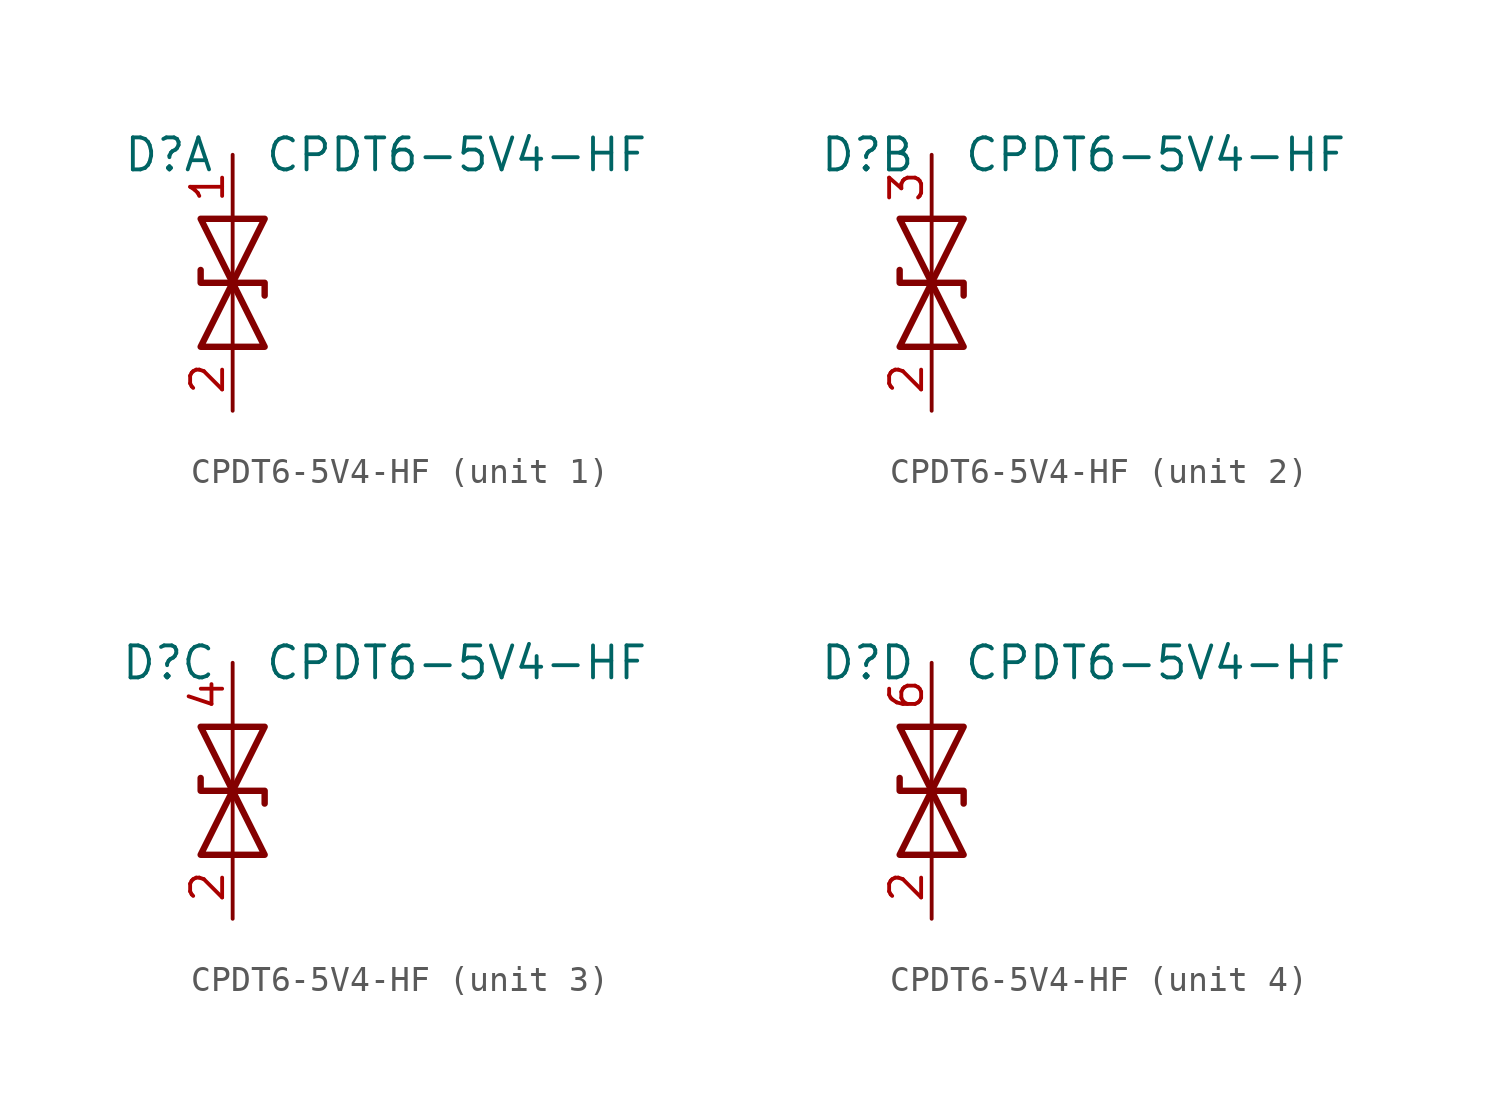
<source format=kicad_sym>
(kicad_symbol_lib
  (version 20220914)
  (generator kicad_symbol_editor)
  (symbol "CPDT6-5V4-HF"
    (pin_names hide)
    (property "Reference" "D"
      (at -2.54 5.08 0)
      (effects (font (size 1.27 1.27))))
    (property "Value" "CPDT6-5V4-HF"
      (at 8.89 5.08 0)
      (effects (font (size 1.27 1.27))))
    (symbol "CPDT6-5V4-HF_0_1"
      (polyline (pts (xy 0 -2.54) (xy 0 2.54)) (stroke (width 0) (type default)) (fill (type none)))
      (polyline (pts (xy 1.27 -0.508) (xy 1.27 0) (xy -1.27 0) (xy -1.27 0.508)) (stroke (width 0.254) (type default)) (fill (type none)))
      (polyline (pts (xy 1.27 2.54) (xy -1.27 2.54) (xy 1.27 -2.54) (xy -1.27 -2.54) (xy 1.27 2.54)) (stroke (width 0.254) (type default)) (fill (type none))))
    (symbol "CPDT6-5V4-HF_1_1"
      (pin passive line (at 0 5.08 270) (length 2.54) (name "A1" (effects (font (size 1.27 1.27)))) (number "1" (effects (font (size 1.27 1.27)))))
      (pin passive line (at 0 -5.08 90) (length 2.54) (name "A2" (effects (font (size 1.27 1.27)))) (number "2" (effects (font (size 1.27 1.27)))))
      (pin passive line (at 0 -5.08 90) (length 2.54) hide (name "A5" (effects (font (size 1.27 1.27)))) (number "5" (effects (font (size 1.27 1.27))))))
    (symbol "CPDT6-5V4-HF_2_1"
      (pin passive line (at 0 -5.08 90) (length 2.54) (name "B2" (effects (font (size 1.27 1.27)))) (number "2" (effects (font (size 1.27 1.27)))))
      (pin passive line (at 0 5.08 270) (length 2.54) (name "B3" (effects (font (size 1.27 1.27)))) (number "3" (effects (font (size 1.27 1.27)))))
      (pin passive line (at 0 -5.08 90) (length 2.54) hide (name "B5" (effects (font (size 1.27 1.27)))) (number "5" (effects (font (size 1.27 1.27))))))
    (symbol "CPDT6-5V4-HF_3_1"
      (pin passive line (at 0 -5.08 90) (length 2.54) (name "C2" (effects (font (size 1.27 1.27)))) (number "2" (effects (font (size 1.27 1.27)))))
      (pin passive line (at 0 5.08 270) (length 2.54) (name "C4" (effects (font (size 1.27 1.27)))) (number "4" (effects (font (size 1.27 1.27)))))
      (pin passive line (at 0 -5.08 90) (length 2.54) hide (name "C5" (effects (font (size 1.27 1.27)))) (number "5" (effects (font (size 1.27 1.27))))))
    (symbol "CPDT6-5V4-HF_4_1"
      (pin passive line (at 0 -5.08 90) (length 2.54) (name "D2" (effects (font (size 1.27 1.27)))) (number "2" (effects (font (size 1.27 1.27)))))
      (pin passive line (at 0 -5.08 90) (length 2.54) hide (name "D5" (effects (font (size 1.27 1.27)))) (number "5" (effects (font (size 1.27 1.27)))))
      (pin passive line (at 0 5.08 270) (length 2.54) (name "D6" (effects (font (size 1.27 1.27)))) (number "6" (effects (font (size 1.27 1.27))))))))
</source>
